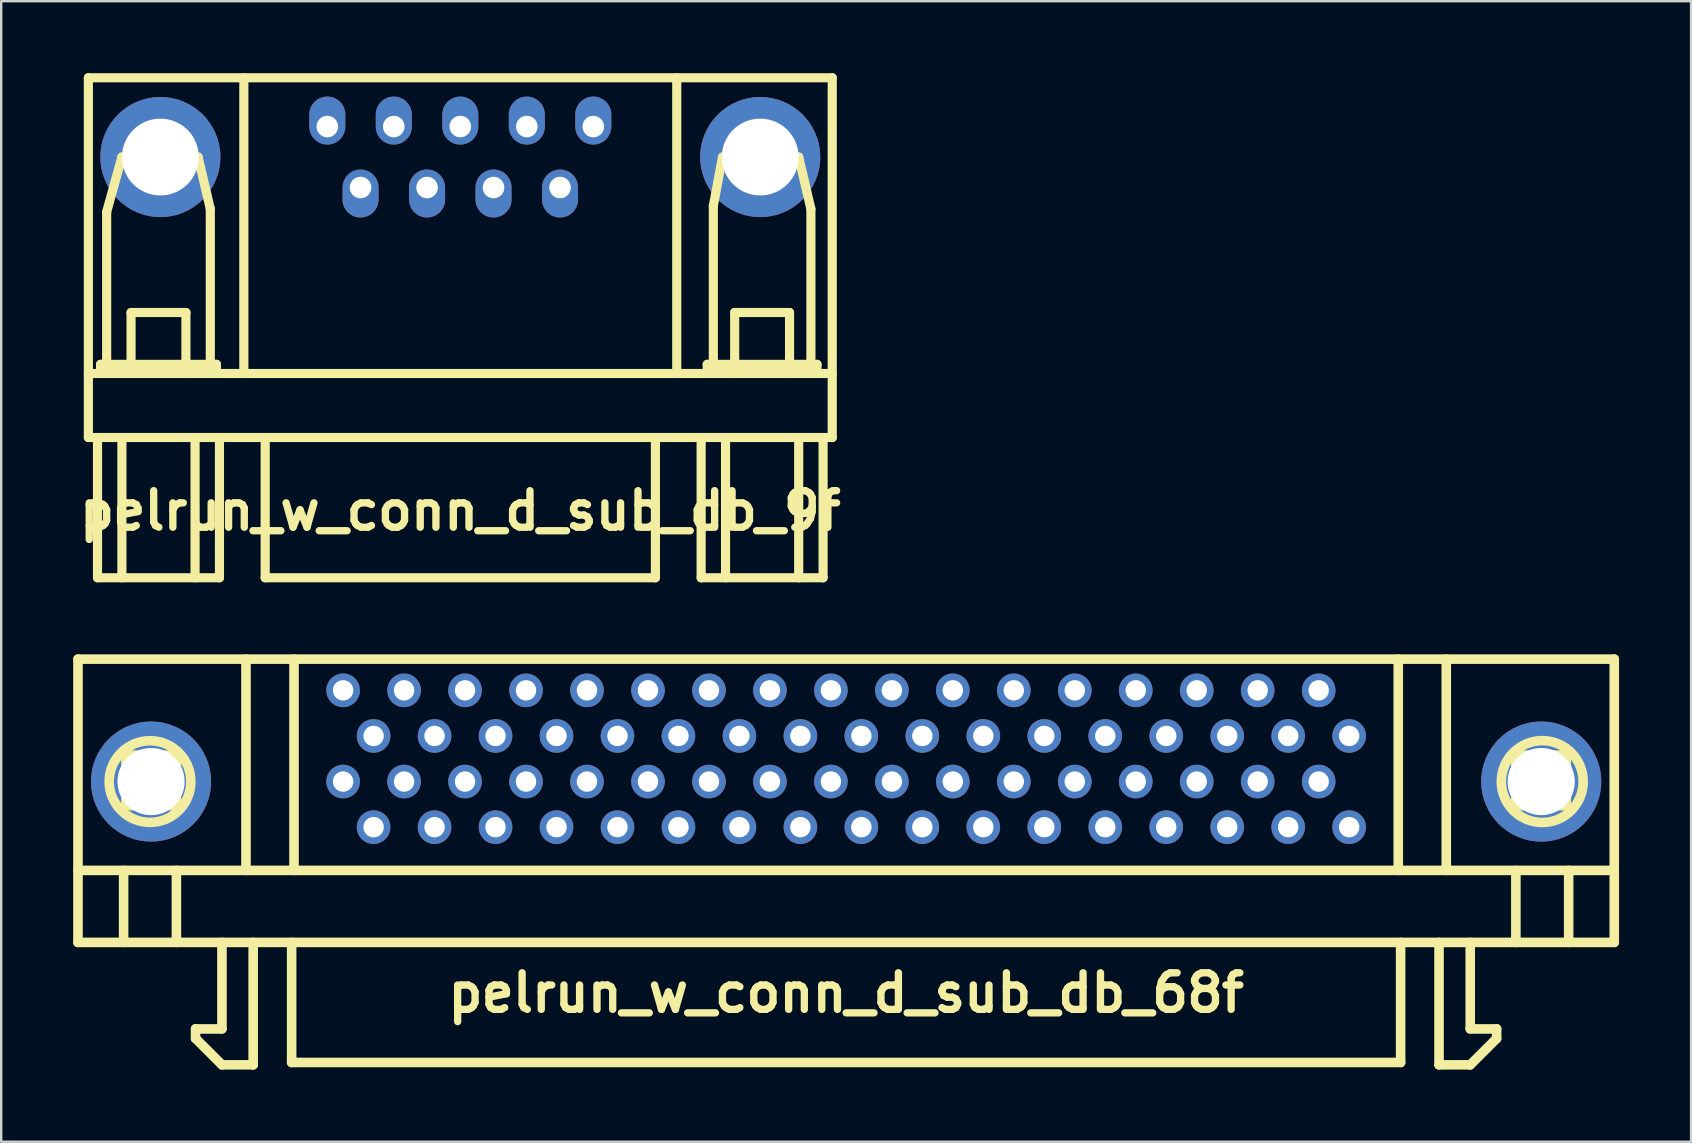
<source format=kicad_pcb>
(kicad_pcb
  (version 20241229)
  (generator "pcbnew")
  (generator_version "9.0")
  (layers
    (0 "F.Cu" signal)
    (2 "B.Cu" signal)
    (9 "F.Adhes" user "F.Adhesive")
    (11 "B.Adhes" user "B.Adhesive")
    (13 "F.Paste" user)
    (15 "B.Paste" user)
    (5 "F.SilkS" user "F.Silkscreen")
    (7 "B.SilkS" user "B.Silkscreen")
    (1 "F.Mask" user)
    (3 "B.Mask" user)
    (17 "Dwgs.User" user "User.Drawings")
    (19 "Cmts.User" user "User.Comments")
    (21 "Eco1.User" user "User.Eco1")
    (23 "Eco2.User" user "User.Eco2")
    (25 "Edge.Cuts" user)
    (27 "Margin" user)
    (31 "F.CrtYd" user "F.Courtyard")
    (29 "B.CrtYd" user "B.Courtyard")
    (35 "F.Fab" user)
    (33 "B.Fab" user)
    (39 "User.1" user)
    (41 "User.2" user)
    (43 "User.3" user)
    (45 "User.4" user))
  (footprint "pelrun_w_conn_d_sub_db_9f"
    (layer "F.Cu")
    (at 16.125 10.604)
    (property "Reference" "pelrun_w_conn_d_sub_db_9f" (at 0 7.62 0) (layer "F.SilkS") (effects (font (size 1.524 1.524) (thickness 0.305))))
    (attr through_hole)
    (fp_line (start -15.494 -10.414) (end -15.494 4.572) (stroke (width 0.381) (type solid)) (layer "F.SilkS"))
    (fp_line (start -15.494 1.905) (end 15.494 1.905) (stroke (width 0.381) (type solid)) (layer "F.SilkS"))
    (fp_line (start -15.494 4.572) (end 15.494 4.572) (stroke (width 0.381) (type solid)) (layer "F.SilkS"))
    (fp_line (start -15.113 4.572) (end -15.113 10.414) (stroke (width 0.381) (type solid)) (layer "F.SilkS"))
    (fp_line (start -15.113 10.414) (end -10.033 10.414) (stroke (width 0.381) (type solid)) (layer "F.SilkS"))
    (fp_line (start -14.986 1.524) (end -14.986 1.778) (stroke (width 0.381) (type solid)) (layer "F.SilkS"))
    (fp_line (start -14.986 1.778) (end -10.16 1.778) (stroke (width 0.381) (type solid)) (layer "F.SilkS"))
    (fp_line (start -14.732 -4.826) (end -14.097 -7.112) (stroke (width 0.381) (type solid)) (layer "F.SilkS"))
    (fp_line (start -14.732 1.524) (end -14.732 -4.826) (stroke (width 0.381) (type solid)) (layer "F.SilkS"))
    (fp_line (start -14.097 -7.112) (end -10.922 -7.112) (stroke (width 0.381) (type solid)) (layer "F.SilkS"))
    (fp_line (start -14.097 4.572) (end -14.097 10.414) (stroke (width 0.381) (type solid)) (layer "F.SilkS"))
    (fp_line (start -13.716 -0.635) (end -11.43 -0.635) (stroke (width 0.381) (type solid)) (layer "F.SilkS"))
    (fp_line (start -13.716 1.905) (end -13.716 -0.635) (stroke (width 0.381) (type solid)) (layer "F.SilkS"))
    (fp_line (start -11.43 -0.635) (end -11.43 1.905) (stroke (width 0.381) (type solid)) (layer "F.SilkS"))
    (fp_line (start -11.049 4.572) (end -11.049 10.414) (stroke (width 0.381) (type solid)) (layer "F.SilkS"))
    (fp_line (start -10.922 -7.112) (end -10.414 -4.953) (stroke (width 0.381) (type solid)) (layer "F.SilkS"))
    (fp_line (start -10.414 -4.953) (end -10.414 1.524) (stroke (width 0.381) (type solid)) (layer "F.SilkS"))
    (fp_line (start -10.16 1.524) (end -14.986 1.524) (stroke (width 0.381) (type solid)) (layer "F.SilkS"))
    (fp_line (start -10.16 1.778) (end -10.16 1.524) (stroke (width 0.381) (type solid)) (layer "F.SilkS"))
    (fp_line (start -10.033 10.414) (end -10.033 4.699) (stroke (width 0.381) (type solid)) (layer "F.SilkS"))
    (fp_line (start -9.017 1.905) (end -9.017 -10.414) (stroke (width 0.381) (type solid)) (layer "F.SilkS"))
    (fp_line (start -8.128 4.572) (end -8.128 10.414) (stroke (width 0.381) (type solid)) (layer "F.SilkS"))
    (fp_line (start -8.128 10.414) (end 8.128 10.414) (stroke (width 0.381) (type solid)) (layer "F.SilkS"))
    (fp_line (start 8.128 10.414) (end 8.128 4.572) (stroke (width 0.381) (type solid)) (layer "F.SilkS"))
    (fp_line (start 9.017 1.905) (end 9.017 -10.414) (stroke (width 0.381) (type solid)) (layer "F.SilkS"))
    (fp_line (start 10.033 4.572) (end 10.033 10.414) (stroke (width 0.381) (type solid)) (layer "F.SilkS"))
    (fp_line (start 10.033 10.414) (end 15.113 10.414) (stroke (width 0.381) (type solid)) (layer "F.SilkS"))
    (fp_line (start 10.287 1.524) (end 10.287 1.778) (stroke (width 0.381) (type solid)) (layer "F.SilkS"))
    (fp_line (start 10.287 1.778) (end 14.859 1.778) (stroke (width 0.381) (type solid)) (layer "F.SilkS"))
    (fp_line (start 10.541 -5.08) (end 10.922 -7.112) (stroke (width 0.381) (type solid)) (layer "F.SilkS"))
    (fp_line (start 10.541 1.524) (end 10.541 -5.08) (stroke (width 0.381) (type solid)) (layer "F.SilkS"))
    (fp_line (start 10.922 -7.112) (end 14.097 -7.112) (stroke (width 0.381) (type solid)) (layer "F.SilkS"))
    (fp_line (start 11.049 4.572) (end 11.049 10.414) (stroke (width 0.381) (type solid)) (layer "F.SilkS"))
    (fp_line (start 11.43 -0.635) (end 13.716 -0.635) (stroke (width 0.381) (type solid)) (layer "F.SilkS"))
    (fp_line (start 11.43 1.905) (end 11.43 -0.635) (stroke (width 0.381) (type solid)) (layer "F.SilkS"))
    (fp_line (start 13.716 -0.635) (end 13.716 1.905) (stroke (width 0.381) (type solid)) (layer "F.SilkS"))
    (fp_line (start 14.097 -7.112) (end 14.605 -4.953) (stroke (width 0.381) (type solid)) (layer "F.SilkS"))
    (fp_line (start 14.097 4.572) (end 14.097 10.414) (stroke (width 0.381) (type solid)) (layer "F.SilkS"))
    (fp_line (start 14.605 -4.953) (end 14.605 1.524) (stroke (width 0.381) (type solid)) (layer "F.SilkS"))
    (fp_line (start 14.859 1.524) (end 10.287 1.524) (stroke (width 0.381) (type solid)) (layer "F.SilkS"))
    (fp_line (start 14.859 1.778) (end 14.859 1.524) (stroke (width 0.381) (type solid)) (layer "F.SilkS"))
    (fp_line (start 15.113 10.414) (end 15.113 4.699) (stroke (width 0.381) (type solid)) (layer "F.SilkS"))
    (fp_line (start 15.494 -10.414) (end -15.494 -10.414) (stroke (width 0.381) (type solid)) (layer "F.SilkS"))
    (fp_line (start 15.494 4.572) (end 15.494 -10.414) (stroke (width 0.381) (type solid)) (layer "F.SilkS"))
    (pad "" thru_hole circle (at -12.494 -7.112) (size 5.001 5.001) (drill 3.2) (layers "*.Cu" "*.Mask"))
    (pad "" thru_hole circle (at 12.494 -7.112) (size 5.001 5.001) (drill 3.2) (layers "*.Cu" "*.Mask"))
    (pad "1" thru_hole oval (at 5.54 -8.382) (size 1.501 1.999) (drill 0.899 (offset 0 -0.249)) (layers "*.Cu" "*.Mask"))
    (pad "2" thru_hole oval (at 2.771 -8.382) (size 1.501 1.999) (drill 0.899 (offset 0 -0.249)) (layers "*.Cu" "*.Mask"))
    (pad "3" thru_hole oval (at 0 -8.382) (size 1.501 1.999) (drill 0.899 (offset 0 -0.249)) (layers "*.Cu" "*.Mask"))
    (pad "4" thru_hole oval (at -2.771 -8.382) (size 1.501 1.999) (drill 0.899 (offset 0 -0.249)) (layers "*.Cu" "*.Mask"))
    (pad "5" thru_hole oval (at -5.54 -8.382) (size 1.501 1.999) (drill 0.899 (offset 0 -0.249)) (layers "*.Cu" "*.Mask"))
    (pad "6" thru_hole oval (at 4.155 -5.842) (size 1.501 1.999) (drill 0.899 (offset 0 0.249)) (layers "*.Cu" "*.Mask"))
    (pad "7" thru_hole oval (at 1.384 -5.842) (size 1.501 1.999) (drill 0.899 (offset 0 0.249)) (layers "*.Cu" "*.Mask"))
    (pad "8" thru_hole oval (at -1.384 -5.842) (size 1.501 1.999) (drill 0.899 (offset 0 0.249)) (layers "*.Cu" "*.Mask"))
    (pad "9" thru_hole oval (at -4.155 -5.842) (size 1.501 1.999) (drill 0.899 (offset 0 0.249)) (layers "*.Cu" "*.Mask")))
  (footprint "pelrun_w_conn_d_sub_db_68f"
    (layer "F.Cu")
    (at 32.198 35.109)
    (property "Reference" "pelrun_w_conn_d_sub_db_68f" (at 0 3.2 0) (layer "F.SilkS") (effects (font (size 1.524 1.524) (thickness 0.305))))
    (attr through_hole)
    (fp_line (start -31.999 -10.701) (end -31.999 1.1) (stroke (width 0.399) (type solid)) (layer "F.SilkS"))
    (fp_line (start -31.999 -1.9) (end 31.999 -1.9) (stroke (width 0.399) (type solid)) (layer "F.SilkS"))
    (fp_line (start -31.999 1.1) (end 31.999 1.1) (stroke (width 0.399) (type solid)) (layer "F.SilkS"))
    (fp_line (start -30.099 -1.9) (end -30.099 1.1) (stroke (width 0.399) (type solid)) (layer "F.SilkS"))
    (fp_line (start -30 -6.701) (end -27.899 -6.701) (stroke (width 0.399) (type solid)) (layer "F.SilkS"))
    (fp_line (start -30 -4.6) (end -30 -6.701) (stroke (width 0.399) (type solid)) (layer "F.SilkS"))
    (fp_line (start -27.899 -6.701) (end -27.899 -4.6) (stroke (width 0.399) (type solid)) (layer "F.SilkS"))
    (fp_line (start -27.899 -4.6) (end -30 -4.6) (stroke (width 0.399) (type solid)) (layer "F.SilkS"))
    (fp_line (start -27.899 1.1) (end -27.899 -1.9) (stroke (width 0.399) (type solid)) (layer "F.SilkS"))
    (fp_line (start -27.102 4.699) (end -27.102 5.1) (stroke (width 0.399) (type solid)) (layer "F.SilkS"))
    (fp_line (start -27.099 4.704) (end -25.999 4.704) (stroke (width 0.399) (type solid)) (layer "F.SilkS"))
    (fp_line (start -26.002 4.699) (end -26.002 1.1) (stroke (width 0.399) (type solid)) (layer "F.SilkS"))
    (fp_line (start -26.002 6.2) (end -24.701 6.2) (stroke (width 0.399) (type solid)) (layer "F.SilkS"))
    (fp_line (start -25.999 6.203) (end -27.099 5.103) (stroke (width 0.399) (type solid)) (layer "F.SilkS"))
    (fp_line (start -25.001 -1.9) (end -25.001 -10.701) (stroke (width 0.399) (type solid)) (layer "F.SilkS"))
    (fp_line (start -24.701 6.2) (end -24.701 1.1) (stroke (width 0.399) (type solid)) (layer "F.SilkS"))
    (fp_line (start -23.099 6.101) (end -23.099 1.1) (stroke (width 0.399) (type solid)) (layer "F.SilkS"))
    (fp_line (start -23 -10.701) (end -23 -1.9) (stroke (width 0.399) (type solid)) (layer "F.SilkS"))
    (fp_line (start 23 -10.701) (end 23 -1.9) (stroke (width 0.399) (type solid)) (layer "F.SilkS"))
    (fp_line (start 23.099 6.101) (end -23.099 6.101) (stroke (width 0.399) (type solid)) (layer "F.SilkS"))
    (fp_line (start 23.099 6.101) (end 23.099 1.1) (stroke (width 0.399) (type solid)) (layer "F.SilkS"))
    (fp_line (start 24.699 6.2) (end 24.699 1.1) (stroke (width 0.399) (type solid)) (layer "F.SilkS"))
    (fp_line (start 25.001 -1.9) (end 25.001 -10.701) (stroke (width 0.399) (type solid)) (layer "F.SilkS"))
    (fp_line (start 25.997 6.203) (end 27.097 5.103) (stroke (width 0.399) (type solid)) (layer "F.SilkS"))
    (fp_line (start 25.999 4.699) (end 25.999 1.1) (stroke (width 0.399) (type solid)) (layer "F.SilkS"))
    (fp_line (start 25.999 6.2) (end 24.699 6.2) (stroke (width 0.399) (type solid)) (layer "F.SilkS"))
    (fp_line (start 27.097 4.704) (end 25.997 4.704) (stroke (width 0.399) (type solid)) (layer "F.SilkS"))
    (fp_line (start 27.099 4.699) (end 27.099 5.1) (stroke (width 0.399) (type solid)) (layer "F.SilkS"))
    (fp_line (start 27.899 -6.701) (end 27.899 -4.6) (stroke (width 0.399) (type solid)) (layer "F.SilkS"))
    (fp_line (start 27.899 -4.6) (end 30 -4.6) (stroke (width 0.399) (type solid)) (layer "F.SilkS"))
    (fp_line (start 27.899 -1.9) (end 27.899 1.1) (stroke (width 0.399) (type solid)) (layer "F.SilkS"))
    (fp_line (start 30 -6.701) (end 27.899 -6.701) (stroke (width 0.399) (type solid)) (layer "F.SilkS"))
    (fp_line (start 30 -4.6) (end 30 -6.701) (stroke (width 0.399) (type solid)) (layer "F.SilkS"))
    (fp_line (start 30.099 -1.9) (end 30.099 1.1) (stroke (width 0.399) (type solid)) (layer "F.SilkS"))
    (fp_line (start 31.999 -10.701) (end -31.999 -10.701) (stroke (width 0.399) (type solid)) (layer "F.SilkS"))
    (fp_line (start 31.999 1.1) (end 31.999 -10.701) (stroke (width 0.399) (type solid)) (layer "F.SilkS"))
    (fp_circle (center -28.999 -5.601) (end -30.5 -6.401) (stroke (width 0.399) (type solid)) (fill no) (layer "F.SilkS"))
    (fp_circle (center 28.999 -5.601) (end 30.701 -5.499) (stroke (width 0.399) (type solid)) (fill no) (layer "F.SilkS"))
    (pad "" thru_hole circle (at -28.956 -5.601) (size 5.001 5.001) (drill 2.799) (layers "*.Cu" "*.Mask"))
    (pad "" thru_hole circle (at 28.956 -5.601) (size 5.001 5.001) (drill 2.799) (layers "*.Cu" "*.Mask"))
    (pad "1" thru_hole circle (at 20.955 -7.501) (size 1.4 1.4) (drill 0.851) (layers "*.Cu" "*.Mask"))
    (pad "2" thru_hole circle (at 19.685 -9.401) (size 1.4 1.4) (drill 0.851) (layers "*.Cu" "*.Mask"))
    (pad "3" thru_hole circle (at 18.415 -7.501) (size 1.4 1.4) (drill 0.851) (layers "*.Cu" "*.Mask"))
    (pad "4" thru_hole circle (at 17.145 -9.401) (size 1.4 1.4) (drill 0.851) (layers "*.Cu" "*.Mask"))
    (pad "5" thru_hole circle (at 15.875 -7.501) (size 1.4 1.4) (drill 0.851) (layers "*.Cu" "*.Mask"))
    (pad "6" thru_hole circle (at 14.605 -9.401) (size 1.4 1.4) (drill 0.851) (layers "*.Cu" "*.Mask"))
    (pad "7" thru_hole circle (at 13.335 -7.501) (size 1.4 1.4) (drill 0.851) (layers "*.Cu" "*.Mask"))
    (pad "8" thru_hole circle (at 12.065 -9.401) (size 1.4 1.4) (drill 0.851) (layers "*.Cu" "*.Mask"))
    (pad "9" thru_hole circle (at 10.795 -7.501) (size 1.4 1.4) (drill 0.851) (layers "*.Cu" "*.Mask"))
    (pad "10" thru_hole circle (at 9.525 -9.401) (size 1.4 1.4) (drill 0.851) (layers "*.Cu" "*.Mask"))
    (pad "11" thru_hole circle (at 8.255 -7.501) (size 1.4 1.4) (drill 0.851) (layers "*.Cu" "*.Mask"))
    (pad "12" thru_hole circle (at 6.985 -9.401) (size 1.4 1.4) (drill 0.851) (layers "*.Cu" "*.Mask"))
    (pad "13" thru_hole circle (at 5.715 -7.501) (size 1.4 1.4) (drill 0.851) (layers "*.Cu" "*.Mask"))
    (pad "14" thru_hole circle (at 4.445 -9.401) (size 1.4 1.4) (drill 0.851) (layers "*.Cu" "*.Mask"))
    (pad "15" thru_hole circle (at 3.175 -7.501) (size 1.4 1.4) (drill 0.851) (layers "*.Cu" "*.Mask"))
    (pad "16" thru_hole circle (at 1.905 -9.401) (size 1.4 1.4) (drill 0.851) (layers "*.Cu" "*.Mask"))
    (pad "17" thru_hole circle (at 0.635 -7.501) (size 1.4 1.4) (drill 0.851) (layers "*.Cu" "*.Mask"))
    (pad "18" thru_hole circle (at -0.635 -9.401) (size 1.4 1.4) (drill 0.851) (layers "*.Cu" "*.Mask"))
    (pad "19" thru_hole circle (at -1.905 -7.501) (size 1.4 1.4) (drill 0.851) (layers "*.Cu" "*.Mask"))
    (pad "20" thru_hole circle (at -3.175 -9.401) (size 1.4 1.4) (drill 0.851) (layers "*.Cu" "*.Mask"))
    (pad "21" thru_hole circle (at -4.445 -7.501) (size 1.4 1.4) (drill 0.851) (layers "*.Cu" "*.Mask"))
    (pad "22" thru_hole circle (at -5.715 -9.401) (size 1.4 1.4) (drill 0.851) (layers "*.Cu" "*.Mask"))
    (pad "23" thru_hole circle (at -6.985 -7.501) (size 1.4 1.4) (drill 0.851) (layers "*.Cu" "*.Mask"))
    (pad "24" thru_hole circle (at -8.255 -9.401) (size 1.4 1.4) (drill 0.851) (layers "*.Cu" "*.Mask"))
    (pad "25" thru_hole circle (at -9.525 -7.501) (size 1.4 1.4) (drill 0.851) (layers "*.Cu" "*.Mask"))
    (pad "26" thru_hole circle (at -10.795 -9.401) (size 1.4 1.4) (drill 0.851) (layers "*.Cu" "*.Mask"))
    (pad "27" thru_hole circle (at -12.065 -7.501) (size 1.4 1.4) (drill 0.851) (layers "*.Cu" "*.Mask"))
    (pad "28" thru_hole circle (at -13.335 -9.401) (size 1.4 1.4) (drill 0.851) (layers "*.Cu" "*.Mask"))
    (pad "29" thru_hole circle (at -14.605 -7.501) (size 1.4 1.4) (drill 0.851) (layers "*.Cu" "*.Mask"))
    (pad "30" thru_hole circle (at -15.875 -9.401) (size 1.4 1.4) (drill 0.851) (layers "*.Cu" "*.Mask"))
    (pad "31" thru_hole circle (at -17.145 -7.501) (size 1.4 1.4) (drill 0.851) (layers "*.Cu" "*.Mask"))
    (pad "32" thru_hole circle (at -18.415 -9.401) (size 1.4 1.4) (drill 0.851) (layers "*.Cu" "*.Mask"))
    (pad "33" thru_hole circle (at -19.685 -7.501) (size 1.4 1.4) (drill 0.851) (layers "*.Cu" "*.Mask"))
    (pad "34" thru_hole circle (at -20.955 -9.401) (size 1.4 1.4) (drill 0.851) (layers "*.Cu" "*.Mask"))
    (pad "35" thru_hole circle (at 20.955 -3.701) (size 1.4 1.4) (drill 0.851) (layers "*.Cu" "*.Mask"))
    (pad "36" thru_hole circle (at 19.685 -5.601) (size 1.4 1.4) (drill 0.851) (layers "*.Cu" "*.Mask"))
    (pad "37" thru_hole circle (at 18.415 -3.701) (size 1.4 1.4) (drill 0.851) (layers "*.Cu" "*.Mask"))
    (pad "38" thru_hole circle (at 17.145 -5.601) (size 1.4 1.4) (drill 0.851) (layers "*.Cu" "*.Mask"))
    (pad "39" thru_hole circle (at 15.875 -3.701) (size 1.4 1.4) (drill 0.851) (layers "*.Cu" "*.Mask"))
    (pad "40" thru_hole circle (at 14.605 -5.601) (size 1.4 1.4) (drill 0.851) (layers "*.Cu" "*.Mask"))
    (pad "41" thru_hole circle (at 13.335 -3.701) (size 1.4 1.4) (drill 0.851) (layers "*.Cu" "*.Mask"))
    (pad "42" thru_hole circle (at 12.065 -5.601) (size 1.4 1.4) (drill 0.851) (layers "*.Cu" "*.Mask"))
    (pad "43" thru_hole circle (at 10.795 -3.701) (size 1.4 1.4) (drill 0.851) (layers "*.Cu" "*.Mask"))
    (pad "44" thru_hole circle (at 9.525 -5.601) (size 1.4 1.4) (drill 0.851) (layers "*.Cu" "*.Mask"))
    (pad "45" thru_hole circle (at 8.255 -3.701) (size 1.4 1.4) (drill 0.851) (layers "*.Cu" "*.Mask"))
    (pad "46" thru_hole circle (at 6.985 -5.601) (size 1.4 1.4) (drill 0.851) (layers "*.Cu" "*.Mask"))
    (pad "47" thru_hole circle (at 5.715 -3.701) (size 1.4 1.4) (drill 0.851) (layers "*.Cu" "*.Mask"))
    (pad "48" thru_hole circle (at 4.445 -5.601) (size 1.4 1.4) (drill 0.851) (layers "*.Cu" "*.Mask"))
    (pad "49" thru_hole circle (at 3.175 -3.701) (size 1.4 1.4) (drill 0.851) (layers "*.Cu" "*.Mask"))
    (pad "50" thru_hole circle (at 1.905 -5.601) (size 1.4 1.4) (drill 0.851) (layers "*.Cu" "*.Mask"))
    (pad "51" thru_hole circle (at 0.635 -3.701) (size 1.4 1.4) (drill 0.851) (layers "*.Cu" "*.Mask"))
    (pad "52" thru_hole circle (at -0.635 -5.601) (size 1.4 1.4) (drill 0.851) (layers "*.Cu" "*.Mask"))
    (pad "53" thru_hole circle (at -1.905 -3.701) (size 1.4 1.4) (drill 0.851) (layers "*.Cu" "*.Mask"))
    (pad "54" thru_hole circle (at -3.175 -5.601) (size 1.4 1.4) (drill 0.851) (layers "*.Cu" "*.Mask"))
    (pad "55" thru_hole circle (at -4.445 -3.701) (size 1.4 1.4) (drill 0.851) (layers "*.Cu" "*.Mask"))
    (pad "56" thru_hole circle (at -5.715 -5.601) (size 1.4 1.4) (drill 0.851) (layers "*.Cu" "*.Mask"))
    (pad "57" thru_hole circle (at -6.985 -3.701) (size 1.4 1.4) (drill 0.851) (layers "*.Cu" "*.Mask"))
    (pad "58" thru_hole circle (at -8.255 -5.601) (size 1.4 1.4) (drill 0.851) (layers "*.Cu" "*.Mask"))
    (pad "59" thru_hole circle (at -9.525 -3.701) (size 1.4 1.4) (drill 0.851) (layers "*.Cu" "*.Mask"))
    (pad "60" thru_hole circle (at -10.795 -5.601) (size 1.4 1.4) (drill 0.851) (layers "*.Cu" "*.Mask"))
    (pad "61" thru_hole circle (at -12.065 -3.701) (size 1.4 1.4) (drill 0.851) (layers "*.Cu" "*.Mask"))
    (pad "62" thru_hole circle (at -13.335 -5.601) (size 1.4 1.4) (drill 0.851) (layers "*.Cu" "*.Mask"))
    (pad "63" thru_hole circle (at -14.605 -3.701) (size 1.4 1.4) (drill 0.851) (layers "*.Cu" "*.Mask"))
    (pad "64" thru_hole circle (at -15.875 -5.601) (size 1.4 1.4) (drill 0.851) (layers "*.Cu" "*.Mask"))
    (pad "65" thru_hole circle (at -17.145 -3.701) (size 1.4 1.4) (drill 0.851) (layers "*.Cu" "*.Mask"))
    (pad "66" thru_hole circle (at -18.415 -5.601) (size 1.4 1.4) (drill 0.851) (layers "*.Cu" "*.Mask"))
    (pad "67" thru_hole circle (at -19.685 -3.701) (size 1.4 1.4) (drill 0.851) (layers "*.Cu" "*.Mask"))
    (pad "68" thru_hole circle (at -20.955 -5.601) (size 1.4 1.4) (drill 0.851) (layers "*.Cu" "*.Mask")))
  (gr_rect
    (start -3 -3)
    (end 67.397 44.511)
    (stroke (width 0.1) (type default))
    (fill no)
    (layer "Edge.Cuts")))
</source>
